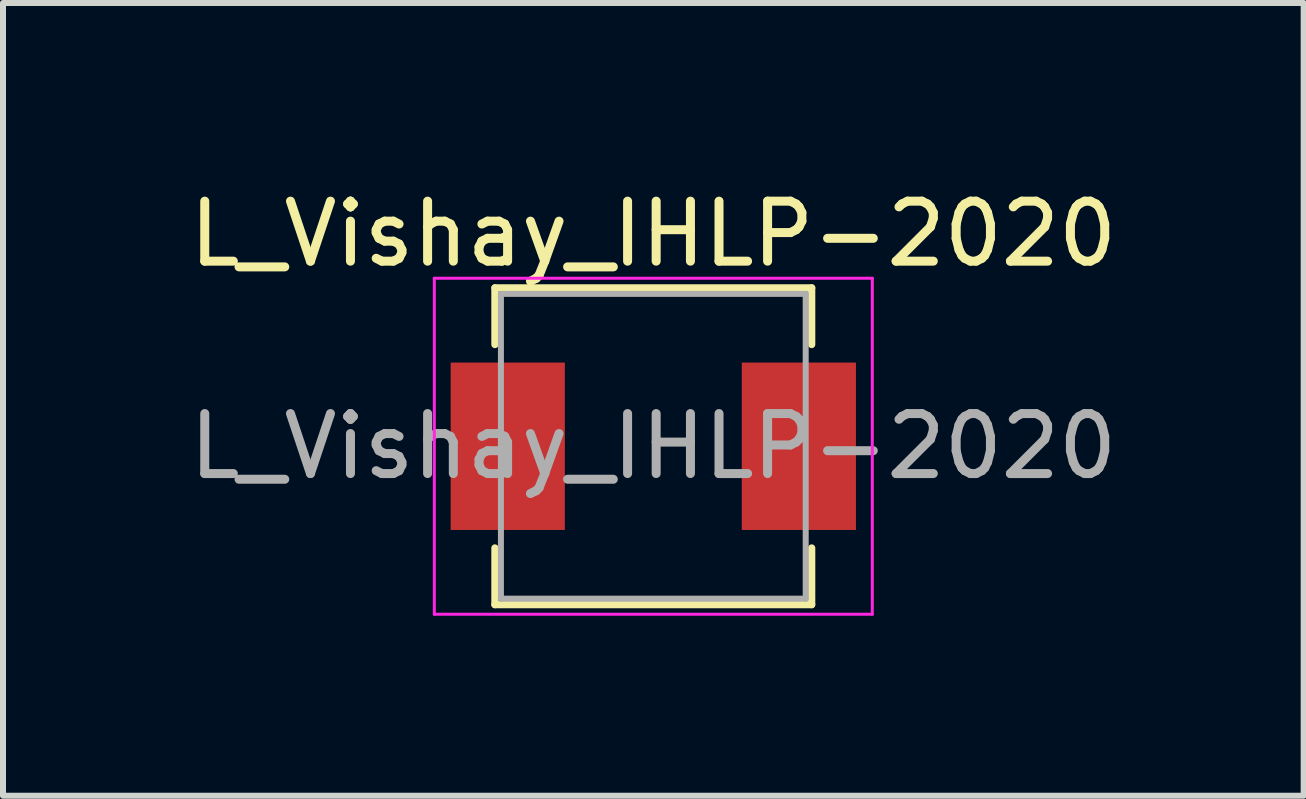
<source format=kicad_pcb>
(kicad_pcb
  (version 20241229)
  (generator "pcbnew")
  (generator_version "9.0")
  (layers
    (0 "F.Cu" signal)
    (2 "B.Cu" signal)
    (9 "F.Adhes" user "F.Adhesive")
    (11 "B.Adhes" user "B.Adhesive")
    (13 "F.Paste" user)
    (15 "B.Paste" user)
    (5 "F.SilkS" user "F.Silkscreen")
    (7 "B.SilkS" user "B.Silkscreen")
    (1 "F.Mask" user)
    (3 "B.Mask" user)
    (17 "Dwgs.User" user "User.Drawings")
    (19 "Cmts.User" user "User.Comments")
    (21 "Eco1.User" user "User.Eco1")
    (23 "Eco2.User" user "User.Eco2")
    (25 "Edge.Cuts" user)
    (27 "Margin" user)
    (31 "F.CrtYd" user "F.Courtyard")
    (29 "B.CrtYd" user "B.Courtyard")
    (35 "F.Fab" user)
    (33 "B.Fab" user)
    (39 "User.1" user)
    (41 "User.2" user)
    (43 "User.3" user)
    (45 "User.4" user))
  (footprint "L_Vishay_IHLP-2020"
    (layer "F.Cu")
    (at 7.839 4.388)
    (property "Reference" "L_Vishay_IHLP-2020" (at 0 -3.54 0) (layer "F.SilkS") (effects (font (size 1 1) (thickness 0.15))))
    (attr smd)
    (fp_line (start -2.64 -2.64) (end 2.64 -2.64) (stroke (width 0.12) (type solid)) (layer "F.SilkS"))
    (fp_line (start -2.64 -1.695) (end -2.64 -2.64) (stroke (width 0.12) (type solid)) (layer "F.SilkS"))
    (fp_line (start -2.64 1.695) (end -2.64 2.64) (stroke (width 0.12) (type solid)) (layer "F.SilkS"))
    (fp_line (start -2.64 2.64) (end 2.64 2.64) (stroke (width 0.12) (type solid)) (layer "F.SilkS"))
    (fp_line (start 2.64 -2.64) (end 2.64 -1.695) (stroke (width 0.12) (type solid)) (layer "F.SilkS"))
    (fp_line (start 2.64 2.64) (end 2.64 1.695) (stroke (width 0.12) (type solid)) (layer "F.SilkS"))
    (fp_line (start -3.65 -2.8) (end -3.65 2.8) (stroke (width 0.05) (type solid)) (layer "F.CrtYd"))
    (fp_line (start -3.65 2.8) (end 3.65 2.8) (stroke (width 0.05) (type solid)) (layer "F.CrtYd"))
    (fp_line (start 3.65 -2.8) (end -3.65 -2.8) (stroke (width 0.05) (type solid)) (layer "F.CrtYd"))
    (fp_line (start 3.65 2.8) (end 3.65 -2.8) (stroke (width 0.05) (type solid)) (layer "F.CrtYd"))
    (fp_line (start -2.54 -2.54) (end -2.54 2.54) (stroke (width 0.1) (type solid)) (layer "F.Fab"))
    (fp_line (start -2.54 2.54) (end 2.54 2.54) (stroke (width 0.1) (type solid)) (layer "F.Fab"))
    (fp_line (start 2.54 -2.54) (end -2.54 -2.54) (stroke (width 0.1) (type solid)) (layer "F.Fab"))
    (fp_line (start 2.54 2.54) (end 2.54 -2.54) (stroke (width 0.1) (type solid)) (layer "F.Fab"))
    (fp_text user "${REFERENCE}" (at 0 0 0) (layer "F.Fab") (effects (font (size 1 1) (thickness 0.15))))
    (pad "1" smd rect (at -2.426 0) (size 1.903 2.79) (layers "F.Cu" "F.Mask" "F.Paste"))
    (pad "2" smd rect (at 2.426 0) (size 1.903 2.79) (layers "F.Cu" "F.Mask" "F.Paste")))
  (gr_rect
    (start -3 -3)
    (end 18.679 10.213)
    (stroke (width 0.1) (type default))
    (fill no)
    (layer "Edge.Cuts")))
</source>
